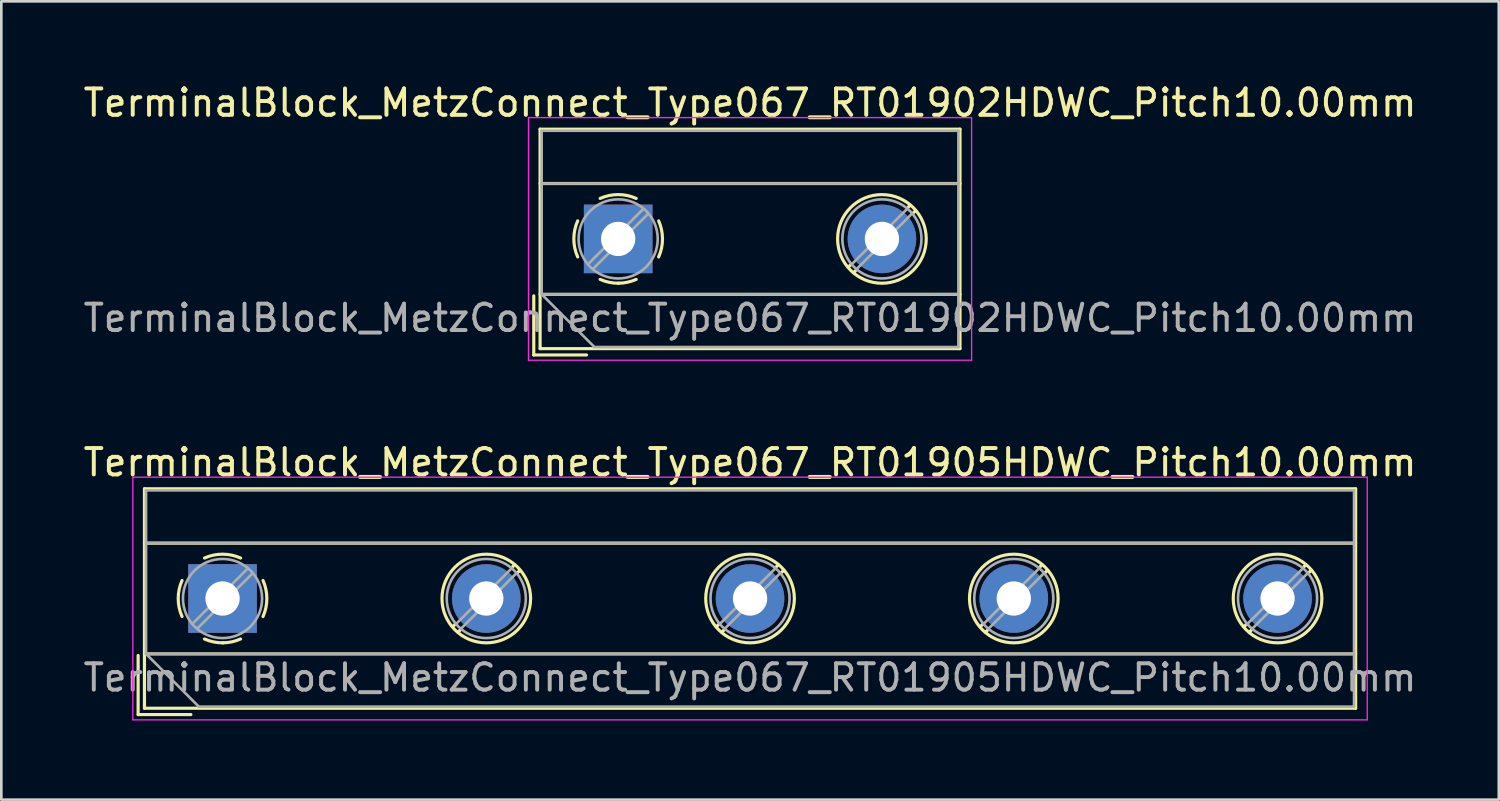
<source format=kicad_pcb>
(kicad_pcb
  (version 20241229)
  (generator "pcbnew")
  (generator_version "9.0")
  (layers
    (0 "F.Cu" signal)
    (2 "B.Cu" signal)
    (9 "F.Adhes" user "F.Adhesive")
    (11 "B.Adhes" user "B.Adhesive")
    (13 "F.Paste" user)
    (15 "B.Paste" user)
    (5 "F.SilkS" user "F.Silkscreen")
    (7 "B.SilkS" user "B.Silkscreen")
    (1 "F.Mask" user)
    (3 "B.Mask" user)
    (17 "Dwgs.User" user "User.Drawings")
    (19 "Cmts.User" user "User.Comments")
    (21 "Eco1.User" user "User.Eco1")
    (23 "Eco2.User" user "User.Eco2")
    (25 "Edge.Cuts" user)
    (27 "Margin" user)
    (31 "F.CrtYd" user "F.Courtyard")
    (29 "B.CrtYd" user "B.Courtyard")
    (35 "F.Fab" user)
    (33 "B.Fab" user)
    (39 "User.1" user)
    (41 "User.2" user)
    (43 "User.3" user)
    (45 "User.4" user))
  (footprint "TerminalBlock_MetzConnect_Type067_RT01905HDWC_Pitch10.00mm"
    (layer "F.Cu")
    (at 5.387 19.642)
    (property "Reference" "TerminalBlock_MetzConnect_Type067_RT01905HDWC_Pitch10.00mm" (at 20 -5.16 0) (layer "F.SilkS") (effects (font (size 1 1) (thickness 0.15))))
    (attr through_hole)
    (fp_line (start -3.2 2.16) (end -3.2 4.4) (stroke (width 0.12) (type solid)) (layer "F.SilkS"))
    (fp_line (start -3.2 4.4) (end -1.2 4.4) (stroke (width 0.12) (type solid)) (layer "F.SilkS"))
    (fp_line (start -2.96 -4.16) (end -2.96 4.16) (stroke (width 0.12) (type solid)) (layer "F.SilkS"))
    (fp_line (start -2.96 -2.1) (end 42.96 -2.1) (stroke (width 0.12) (type solid)) (layer "F.SilkS"))
    (fp_line (start -2.96 2.1) (end 42.96 2.1) (stroke (width 0.12) (type solid)) (layer "F.SilkS"))
    (fp_line (start -2.96 4.16) (end 42.96 4.16) (stroke (width 0.12) (type solid)) (layer "F.SilkS"))
    (fp_line (start 8.82 0.976) (end 8.726 1.069) (stroke (width 0.12) (type solid)) (layer "F.SilkS"))
    (fp_line (start 9.002 1.204) (end 8.931 1.274) (stroke (width 0.12) (type solid)) (layer "F.SilkS"))
    (fp_line (start 11.07 -1.275) (end 10.999 -1.204) (stroke (width 0.12) (type solid)) (layer "F.SilkS"))
    (fp_line (start 11.275 -1.069) (end 11.181 -0.976) (stroke (width 0.12) (type solid)) (layer "F.SilkS"))
    (fp_line (start 18.82 0.976) (end 18.726 1.069) (stroke (width 0.12) (type solid)) (layer "F.SilkS"))
    (fp_line (start 19.002 1.204) (end 18.931 1.274) (stroke (width 0.12) (type solid)) (layer "F.SilkS"))
    (fp_line (start 21.07 -1.275) (end 20.999 -1.204) (stroke (width 0.12) (type solid)) (layer "F.SilkS"))
    (fp_line (start 21.275 -1.069) (end 21.181 -0.976) (stroke (width 0.12) (type solid)) (layer "F.SilkS"))
    (fp_line (start 28.82 0.976) (end 28.726 1.069) (stroke (width 0.12) (type solid)) (layer "F.SilkS"))
    (fp_line (start 29.002 1.204) (end 28.931 1.274) (stroke (width 0.12) (type solid)) (layer "F.SilkS"))
    (fp_line (start 31.07 -1.275) (end 30.999 -1.204) (stroke (width 0.12) (type solid)) (layer "F.SilkS"))
    (fp_line (start 31.275 -1.069) (end 31.181 -0.976) (stroke (width 0.12) (type solid)) (layer "F.SilkS"))
    (fp_line (start 38.82 0.976) (end 38.726 1.069) (stroke (width 0.12) (type solid)) (layer "F.SilkS"))
    (fp_line (start 39.002 1.204) (end 38.931 1.274) (stroke (width 0.12) (type solid)) (layer "F.SilkS"))
    (fp_line (start 41.07 -1.275) (end 40.999 -1.204) (stroke (width 0.12) (type solid)) (layer "F.SilkS"))
    (fp_line (start 41.275 -1.069) (end 41.181 -0.976) (stroke (width 0.12) (type solid)) (layer "F.SilkS"))
    (fp_line (start 42.96 -4.16) (end -2.96 -4.16) (stroke (width 0.12) (type solid)) (layer "F.SilkS"))
    (fp_line (start 42.96 4.16) (end 42.96 -4.16) (stroke (width 0.12) (type solid)) (layer "F.SilkS"))
    (fp_arc (start -1.535427 0.683042) (mid -1.680501 -0.000524) (end -1.535 -0.684) (stroke (width 0.12) (type solid)) (layer "F.SilkS"))
    (fp_arc (start -0.683042 -1.535427) (mid 0.000524 -1.680501) (end 0.684 -1.535) (stroke (width 0.12) (type solid)) (layer "F.SilkS"))
    (fp_arc (start 0.028805 1.680253) (mid -0.335551 1.646659) (end -0.684 1.535) (stroke (width 0.12) (type solid)) (layer "F.SilkS"))
    (fp_arc (start 0.683318 1.534756) (mid 0.349292 1.643288) (end 0 1.68) (stroke (width 0.12) (type solid)) (layer "F.SilkS"))
    (fp_arc (start 1.535427 -0.683042) (mid 1.680501 0.000524) (end 1.535 0.684) (stroke (width 0.12) (type solid)) (layer "F.SilkS"))
    (fp_circle (center 10 0) (end 11.68 0) (stroke (width 0.12) (type solid)) (fill no) (layer "F.SilkS"))
    (fp_circle (center 20 0) (end 21.68 0) (stroke (width 0.12) (type solid)) (fill no) (layer "F.SilkS"))
    (fp_circle (center 30 0) (end 31.68 0) (stroke (width 0.12) (type solid)) (fill no) (layer "F.SilkS"))
    (fp_circle (center 40 0) (end 41.68 0) (stroke (width 0.12) (type solid)) (fill no) (layer "F.SilkS"))
    (fp_line (start -3.4 -4.6) (end -3.4 4.6) (stroke (width 0.05) (type solid)) (layer "F.CrtYd"))
    (fp_line (start -3.4 4.6) (end 43.4 4.6) (stroke (width 0.05) (type solid)) (layer "F.CrtYd"))
    (fp_line (start 43.4 -4.6) (end -3.4 -4.6) (stroke (width 0.05) (type solid)) (layer "F.CrtYd"))
    (fp_line (start 43.4 4.6) (end 43.4 -4.6) (stroke (width 0.05) (type solid)) (layer "F.CrtYd"))
    (fp_line (start -2.9 -4.1) (end 42.9 -4.1) (stroke (width 0.1) (type solid)) (layer "F.Fab"))
    (fp_line (start -2.9 -2.1) (end 42.9 -2.1) (stroke (width 0.1) (type solid)) (layer "F.Fab"))
    (fp_line (start -2.9 2.1) (end -2.9 -4.1) (stroke (width 0.1) (type solid)) (layer "F.Fab"))
    (fp_line (start -2.9 2.1) (end 42.9 2.1) (stroke (width 0.1) (type solid)) (layer "F.Fab"))
    (fp_line (start -0.9 4.1) (end -2.9 2.1) (stroke (width 0.1) (type solid)) (layer "F.Fab"))
    (fp_line (start 0.955 -1.138) (end -1.138 0.955) (stroke (width 0.1) (type solid)) (layer "F.Fab"))
    (fp_line (start 1.138 -0.955) (end -0.955 1.138) (stroke (width 0.1) (type solid)) (layer "F.Fab"))
    (fp_line (start 10.955 -1.138) (end 8.863 0.955) (stroke (width 0.1) (type solid)) (layer "F.Fab"))
    (fp_line (start 11.138 -0.955) (end 9.046 1.138) (stroke (width 0.1) (type solid)) (layer "F.Fab"))
    (fp_line (start 20.955 -1.138) (end 18.863 0.955) (stroke (width 0.1) (type solid)) (layer "F.Fab"))
    (fp_line (start 21.138 -0.955) (end 19.046 1.138) (stroke (width 0.1) (type solid)) (layer "F.Fab"))
    (fp_line (start 30.955 -1.138) (end 28.863 0.955) (stroke (width 0.1) (type solid)) (layer "F.Fab"))
    (fp_line (start 31.138 -0.955) (end 29.046 1.138) (stroke (width 0.1) (type solid)) (layer "F.Fab"))
    (fp_line (start 40.955 -1.138) (end 38.863 0.955) (stroke (width 0.1) (type solid)) (layer "F.Fab"))
    (fp_line (start 41.138 -0.955) (end 39.046 1.138) (stroke (width 0.1) (type solid)) (layer "F.Fab"))
    (fp_line (start 42.9 -4.1) (end 42.9 4.1) (stroke (width 0.1) (type solid)) (layer "F.Fab"))
    (fp_line (start 42.9 4.1) (end -0.9 4.1) (stroke (width 0.1) (type solid)) (layer "F.Fab"))
    (fp_circle (center 0 0) (end 1.5 0) (stroke (width 0.1) (type solid)) (fill no) (layer "F.Fab"))
    (fp_circle (center 10 0) (end 11.5 0) (stroke (width 0.1) (type solid)) (fill no) (layer "F.Fab"))
    (fp_circle (center 20 0) (end 21.5 0) (stroke (width 0.1) (type solid)) (fill no) (layer "F.Fab"))
    (fp_circle (center 30 0) (end 31.5 0) (stroke (width 0.1) (type solid)) (fill no) (layer "F.Fab"))
    (fp_circle (center 40 0) (end 41.5 0) (stroke (width 0.1) (type solid)) (fill no) (layer "F.Fab"))
    (fp_text user "${REFERENCE}" (at 20 3 0) (layer "F.Fab") (effects (font (size 1 1) (thickness 0.15))))
    (pad "1" thru_hole rect (at 0 0) (size 2.6 2.6) (drill 1.3) (layers "*.Cu" "*.Mask"))
    (pad "2" thru_hole oval (at 10 0) (size 2.6 2.6) (drill 1.3) (layers "*.Cu" "*.Mask"))
    (pad "3" thru_hole oval (at 20 0) (size 2.6 2.6) (drill 1.3) (layers "*.Cu" "*.Mask"))
    (pad "4" thru_hole oval (at 30 0) (size 2.6 2.6) (drill 1.3) (layers "*.Cu" "*.Mask"))
    (pad "5" thru_hole oval (at 40 0) (size 2.6 2.6) (drill 1.3) (layers "*.Cu" "*.Mask")))
  (footprint "TerminalBlock_MetzConnect_Type067_RT01902HDWC_Pitch10.00mm"
    (layer "F.Cu")
    (at 20.387 6.008)
    (property "Reference" "TerminalBlock_MetzConnect_Type067_RT01902HDWC_Pitch10.00mm" (at 5 -5.16 0) (layer "F.SilkS") (effects (font (size 1 1) (thickness 0.15))))
    (attr through_hole)
    (fp_line (start -3.2 2.16) (end -3.2 4.4) (stroke (width 0.12) (type solid)) (layer "F.SilkS"))
    (fp_line (start -3.2 4.4) (end -1.2 4.4) (stroke (width 0.12) (type solid)) (layer "F.SilkS"))
    (fp_line (start -2.96 -4.16) (end -2.96 4.16) (stroke (width 0.12) (type solid)) (layer "F.SilkS"))
    (fp_line (start -2.96 -2.1) (end 12.96 -2.1) (stroke (width 0.12) (type solid)) (layer "F.SilkS"))
    (fp_line (start -2.96 2.1) (end 12.96 2.1) (stroke (width 0.12) (type solid)) (layer "F.SilkS"))
    (fp_line (start -2.96 4.16) (end 12.96 4.16) (stroke (width 0.12) (type solid)) (layer "F.SilkS"))
    (fp_line (start 8.82 0.976) (end 8.726 1.069) (stroke (width 0.12) (type solid)) (layer "F.SilkS"))
    (fp_line (start 9.002 1.204) (end 8.931 1.274) (stroke (width 0.12) (type solid)) (layer "F.SilkS"))
    (fp_line (start 11.07 -1.275) (end 10.999 -1.204) (stroke (width 0.12) (type solid)) (layer "F.SilkS"))
    (fp_line (start 11.275 -1.069) (end 11.181 -0.976) (stroke (width 0.12) (type solid)) (layer "F.SilkS"))
    (fp_line (start 12.96 -4.16) (end -2.96 -4.16) (stroke (width 0.12) (type solid)) (layer "F.SilkS"))
    (fp_line (start 12.96 4.16) (end 12.96 -4.16) (stroke (width 0.12) (type solid)) (layer "F.SilkS"))
    (fp_arc (start -1.535427 0.683042) (mid -1.680501 -0.000524) (end -1.535 -0.684) (stroke (width 0.12) (type solid)) (layer "F.SilkS"))
    (fp_arc (start -0.683042 -1.535427) (mid 0.000524 -1.680501) (end 0.684 -1.535) (stroke (width 0.12) (type solid)) (layer "F.SilkS"))
    (fp_arc (start 0.028805 1.680253) (mid -0.335551 1.646659) (end -0.684 1.535) (stroke (width 0.12) (type solid)) (layer "F.SilkS"))
    (fp_arc (start 0.683318 1.534756) (mid 0.349292 1.643288) (end 0 1.68) (stroke (width 0.12) (type solid)) (layer "F.SilkS"))
    (fp_arc (start 1.535427 -0.683042) (mid 1.680501 0.000524) (end 1.535 0.684) (stroke (width 0.12) (type solid)) (layer "F.SilkS"))
    (fp_circle (center 10 0) (end 11.68 0) (stroke (width 0.12) (type solid)) (fill no) (layer "F.SilkS"))
    (fp_line (start -3.4 -4.6) (end -3.4 4.6) (stroke (width 0.05) (type solid)) (layer "F.CrtYd"))
    (fp_line (start -3.4 4.6) (end 13.4 4.6) (stroke (width 0.05) (type solid)) (layer "F.CrtYd"))
    (fp_line (start 13.4 -4.6) (end -3.4 -4.6) (stroke (width 0.05) (type solid)) (layer "F.CrtYd"))
    (fp_line (start 13.4 4.6) (end 13.4 -4.6) (stroke (width 0.05) (type solid)) (layer "F.CrtYd"))
    (fp_line (start -2.9 -4.1) (end 12.9 -4.1) (stroke (width 0.1) (type solid)) (layer "F.Fab"))
    (fp_line (start -2.9 -2.1) (end 12.9 -2.1) (stroke (width 0.1) (type solid)) (layer "F.Fab"))
    (fp_line (start -2.9 2.1) (end -2.9 -4.1) (stroke (width 0.1) (type solid)) (layer "F.Fab"))
    (fp_line (start -2.9 2.1) (end 12.9 2.1) (stroke (width 0.1) (type solid)) (layer "F.Fab"))
    (fp_line (start -0.9 4.1) (end -2.9 2.1) (stroke (width 0.1) (type solid)) (layer "F.Fab"))
    (fp_line (start 0.955 -1.138) (end -1.138 0.955) (stroke (width 0.1) (type solid)) (layer "F.Fab"))
    (fp_line (start 1.138 -0.955) (end -0.955 1.138) (stroke (width 0.1) (type solid)) (layer "F.Fab"))
    (fp_line (start 10.955 -1.138) (end 8.863 0.955) (stroke (width 0.1) (type solid)) (layer "F.Fab"))
    (fp_line (start 11.138 -0.955) (end 9.046 1.138) (stroke (width 0.1) (type solid)) (layer "F.Fab"))
    (fp_line (start 12.9 -4.1) (end 12.9 4.1) (stroke (width 0.1) (type solid)) (layer "F.Fab"))
    (fp_line (start 12.9 4.1) (end -0.9 4.1) (stroke (width 0.1) (type solid)) (layer "F.Fab"))
    (fp_circle (center 0 0) (end 1.5 0) (stroke (width 0.1) (type solid)) (fill no) (layer "F.Fab"))
    (fp_circle (center 10 0) (end 11.5 0) (stroke (width 0.1) (type solid)) (fill no) (layer "F.Fab"))
    (fp_text user "${REFERENCE}" (at 5 3 0) (layer "F.Fab") (effects (font (size 1 1) (thickness 0.15))))
    (pad "1" thru_hole rect (at 0 0) (size 2.6 2.6) (drill 1.3) (layers "*.Cu" "*.Mask"))
    (pad "2" thru_hole oval (at 10 0) (size 2.6 2.6) (drill 1.3) (layers "*.Cu" "*.Mask")))
  (gr_rect
    (start -3 -3)
    (end 53.774 27.267)
    (stroke (width 0.1) (type default))
    (fill no)
    (layer "Edge.Cuts")))
</source>
